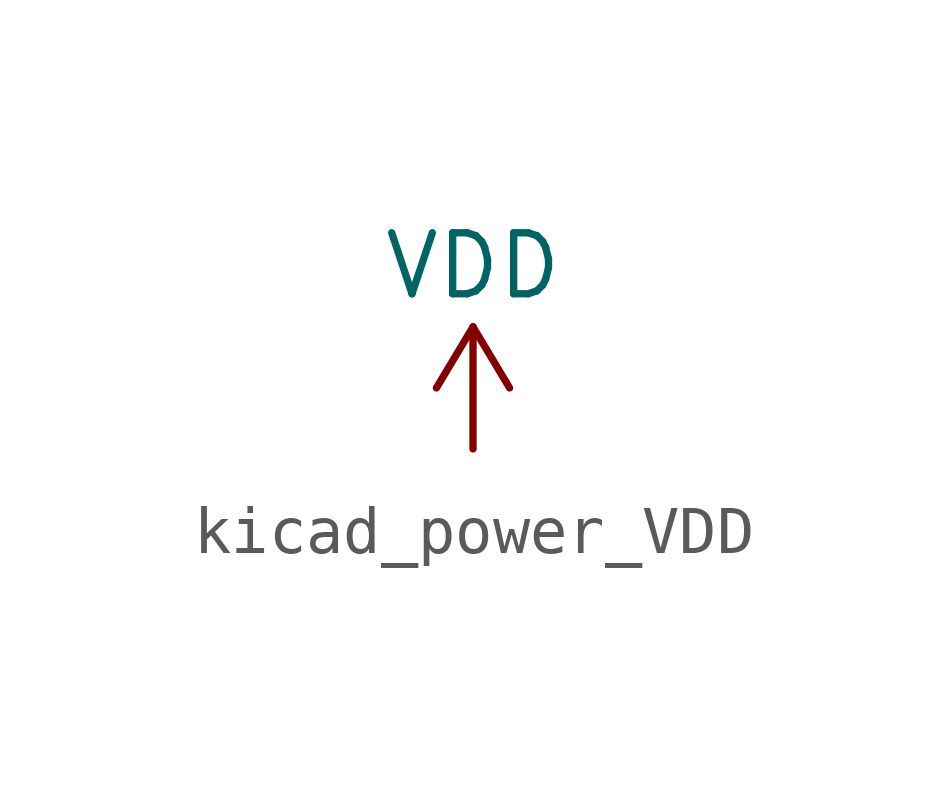
<source format=kicad_sym>
(kicad_symbol_lib
  (version 20220914)
  (generator kicad_symbol_editor)
  (symbol "kicad_power_VDD"
    (power)
    (pin_names
      (offset 0))
    (property "Reference" "#PWR"
      (at 0 -3.81 0)
      (effects (font (size 1.27 1.27)) hide))
    (property "Value" "VDD"
      (at 0 3.81 0)
      (effects (font (size 1.27 1.27))))
    (symbol "kicad_power_VDD_0_1"
      (polyline (pts (xy -0.762 1.27) (xy 0 2.54)) (stroke (width 0) (type default)) (fill (type none)))
      (polyline (pts (xy 0 0) (xy 0 2.54)) (stroke (width 0) (type default)) (fill (type none)))
      (polyline (pts (xy 0 2.54) (xy 0.762 1.27)) (stroke (width 0) (type default)) (fill (type none))))
    (symbol "kicad_power_VDD_1_1"
      (pin power_in line (at 0 0 90) (length 0) hide (name "VDD" (effects (font (size 1.27 1.27)))) (number "1" (effects (font (size 1.27 1.27))))))))
</source>
